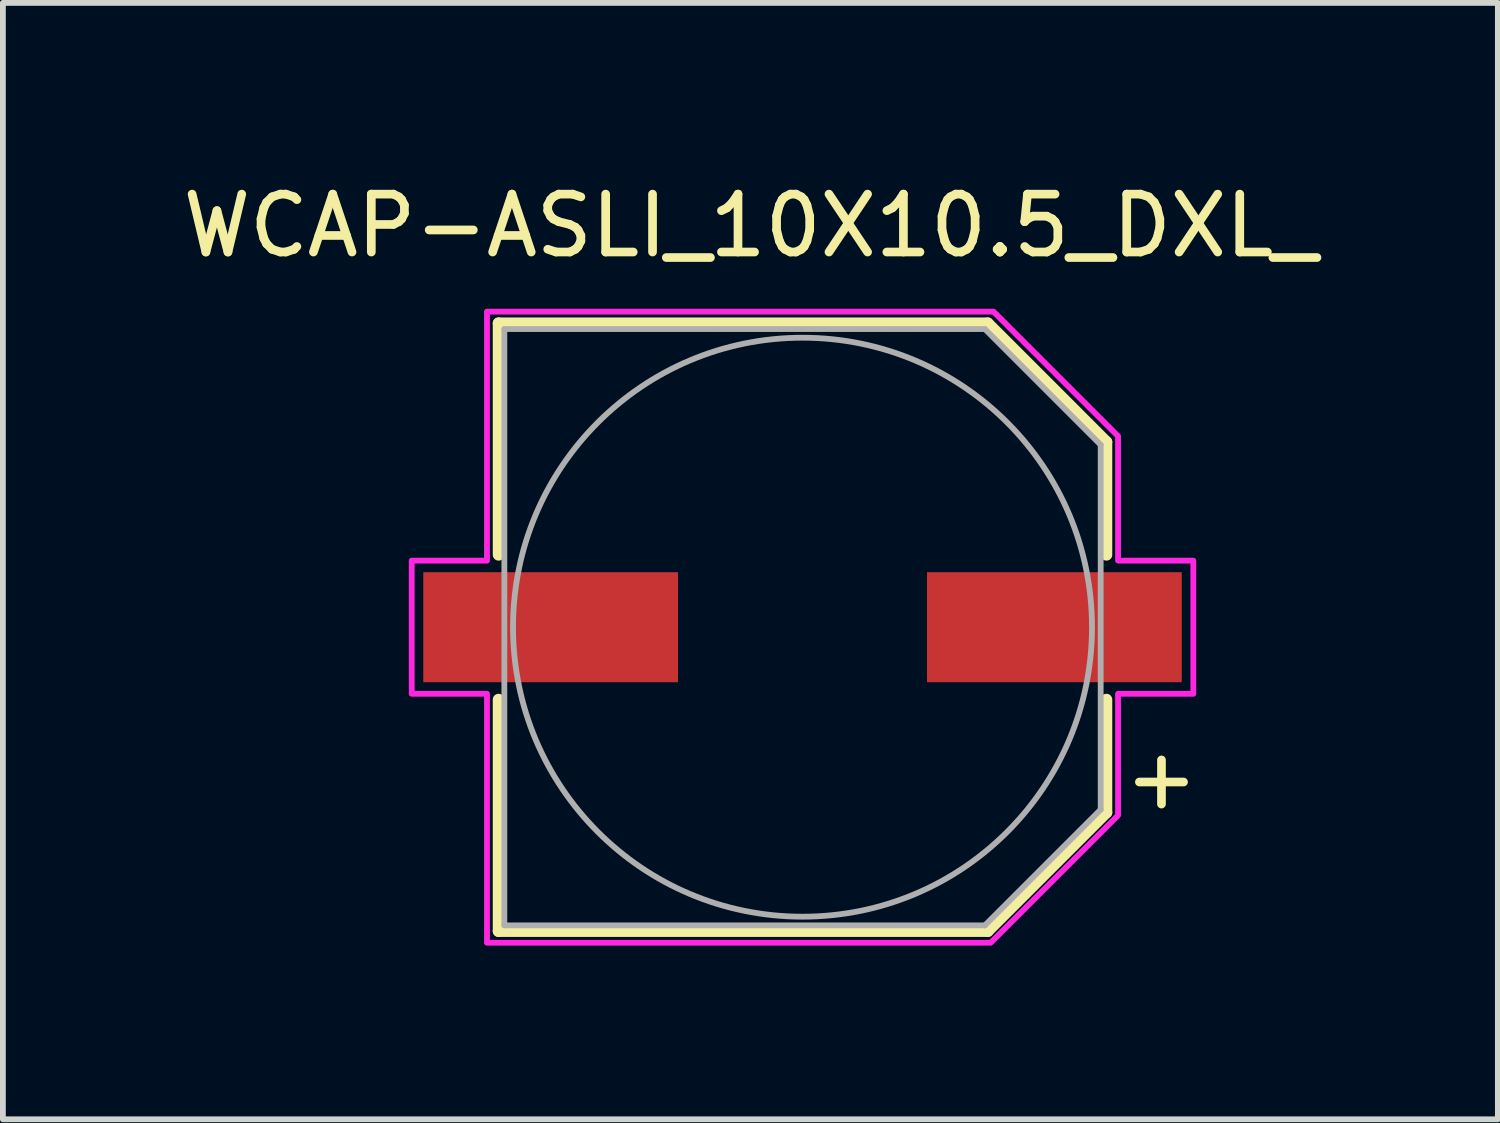
<source format=kicad_pcb>
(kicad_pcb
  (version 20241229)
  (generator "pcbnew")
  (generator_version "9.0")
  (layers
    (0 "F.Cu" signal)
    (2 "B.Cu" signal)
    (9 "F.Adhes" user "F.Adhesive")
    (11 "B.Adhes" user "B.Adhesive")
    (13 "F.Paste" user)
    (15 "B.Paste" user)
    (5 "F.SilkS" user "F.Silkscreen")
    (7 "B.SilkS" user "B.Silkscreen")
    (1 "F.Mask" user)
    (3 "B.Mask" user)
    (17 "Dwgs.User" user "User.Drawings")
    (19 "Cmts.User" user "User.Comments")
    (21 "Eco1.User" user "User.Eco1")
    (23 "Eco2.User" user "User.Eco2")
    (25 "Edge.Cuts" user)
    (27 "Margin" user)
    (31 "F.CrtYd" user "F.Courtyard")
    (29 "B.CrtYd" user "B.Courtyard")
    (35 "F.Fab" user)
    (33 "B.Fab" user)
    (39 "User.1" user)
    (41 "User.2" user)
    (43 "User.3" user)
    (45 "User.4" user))
  (footprint "WCAP-ASLI_10X10.5_DXL_"
    (layer "F.Cu")
    (at 10.811 7.783)
    (property "Reference" "WCAP-ASLI_10X10.5_DXL_" (at -0.9 -6.935 0) (layer "F.SilkS") (effects (font (size 1 1) (thickness 0.15))))
    (attr smd)
    (fp_line (start -5.25 -5.25) (end -5.25 -1.25) (stroke (width 0.2) (type solid)) (layer "F.SilkS"))
    (fp_line (start -5.25 -5.25) (end 3.2 -5.25) (stroke (width 0.2) (type solid)) (layer "F.SilkS"))
    (fp_line (start -5.25 5.25) (end -5.25 1.25) (stroke (width 0.2) (type solid)) (layer "F.SilkS"))
    (fp_line (start -5.25 5.25) (end 3.2 5.25) (stroke (width 0.2) (type solid)) (layer "F.SilkS"))
    (fp_line (start 3.2 -5.25) (end 5.25 -3.2) (stroke (width 0.2) (type solid)) (layer "F.SilkS"))
    (fp_line (start 3.2 5.25) (end 5.25 3.2) (stroke (width 0.2) (type solid)) (layer "F.SilkS"))
    (fp_line (start 5.25 -3.2) (end 5.25 -1.25) (stroke (width 0.2) (type solid)) (layer "F.SilkS"))
    (fp_line (start 5.25 3.2) (end 5.25 1.25) (stroke (width 0.2) (type solid)) (layer "F.SilkS"))
    (fp_poly (pts (xy 3.3 -5.45) (xy -5.45 -5.45) (xy -5.45 -1.15) (xy -6.75 -1.15) (xy -6.75 1.15) (xy -5.45 1.15) (xy -5.45 5.45) (xy 3.25 5.45) (xy 5.45 3.25) (xy 5.45 1.15) (xy 6.75 1.15) (xy 6.75 -1.15) (xy 5.45 -1.15) (xy 5.45 -3.3)) (stroke (width 0.1) (type solid)) (fill no) (layer "F.CrtYd"))
    (fp_line (start -5.15 -5.15) (end -5.15 5.15) (stroke (width 0.1) (type solid)) (layer "F.Fab"))
    (fp_line (start -5.15 5.15) (end 3.15 5.15) (stroke (width 0.1) (type solid)) (layer "F.Fab"))
    (fp_line (start 3.15 -5.15) (end -5.15 -5.15) (stroke (width 0.1) (type solid)) (layer "F.Fab"))
    (fp_line (start 3.15 5.15) (end 5.15 3.15) (stroke (width 0.1) (type solid)) (layer "F.Fab"))
    (fp_line (start 5.15 -3.15) (end 3.15 -5.15) (stroke (width 0.1) (type solid)) (layer "F.Fab"))
    (fp_line (start 5.15 3.15) (end 5.15 -3.15) (stroke (width 0.1) (type solid)) (layer "F.Fab"))
    (fp_circle (center 0 0) (end 5 0) (stroke (width 0.1) (type solid)) (fill no) (layer "F.Fab"))
    (fp_text user "+" (at 6.2 2.6 0) (layer "F.SilkS") (effects (font (size 1 1) (thickness 0.15))))
    (pad "1" smd rect (at 4.35 0) (size 4.4 1.9) (layers "F.Cu" "F.Mask" "F.Paste"))
    (pad "2" smd rect (at -4.35 0) (size 4.4 1.9) (layers "F.Cu" "F.Mask" "F.Paste")))
  (gr_rect
    (start -3 -3)
    (end 22.821 16.283)
    (stroke (width 0.1) (type default))
    (fill no)
    (layer "Edge.Cuts")))
</source>
